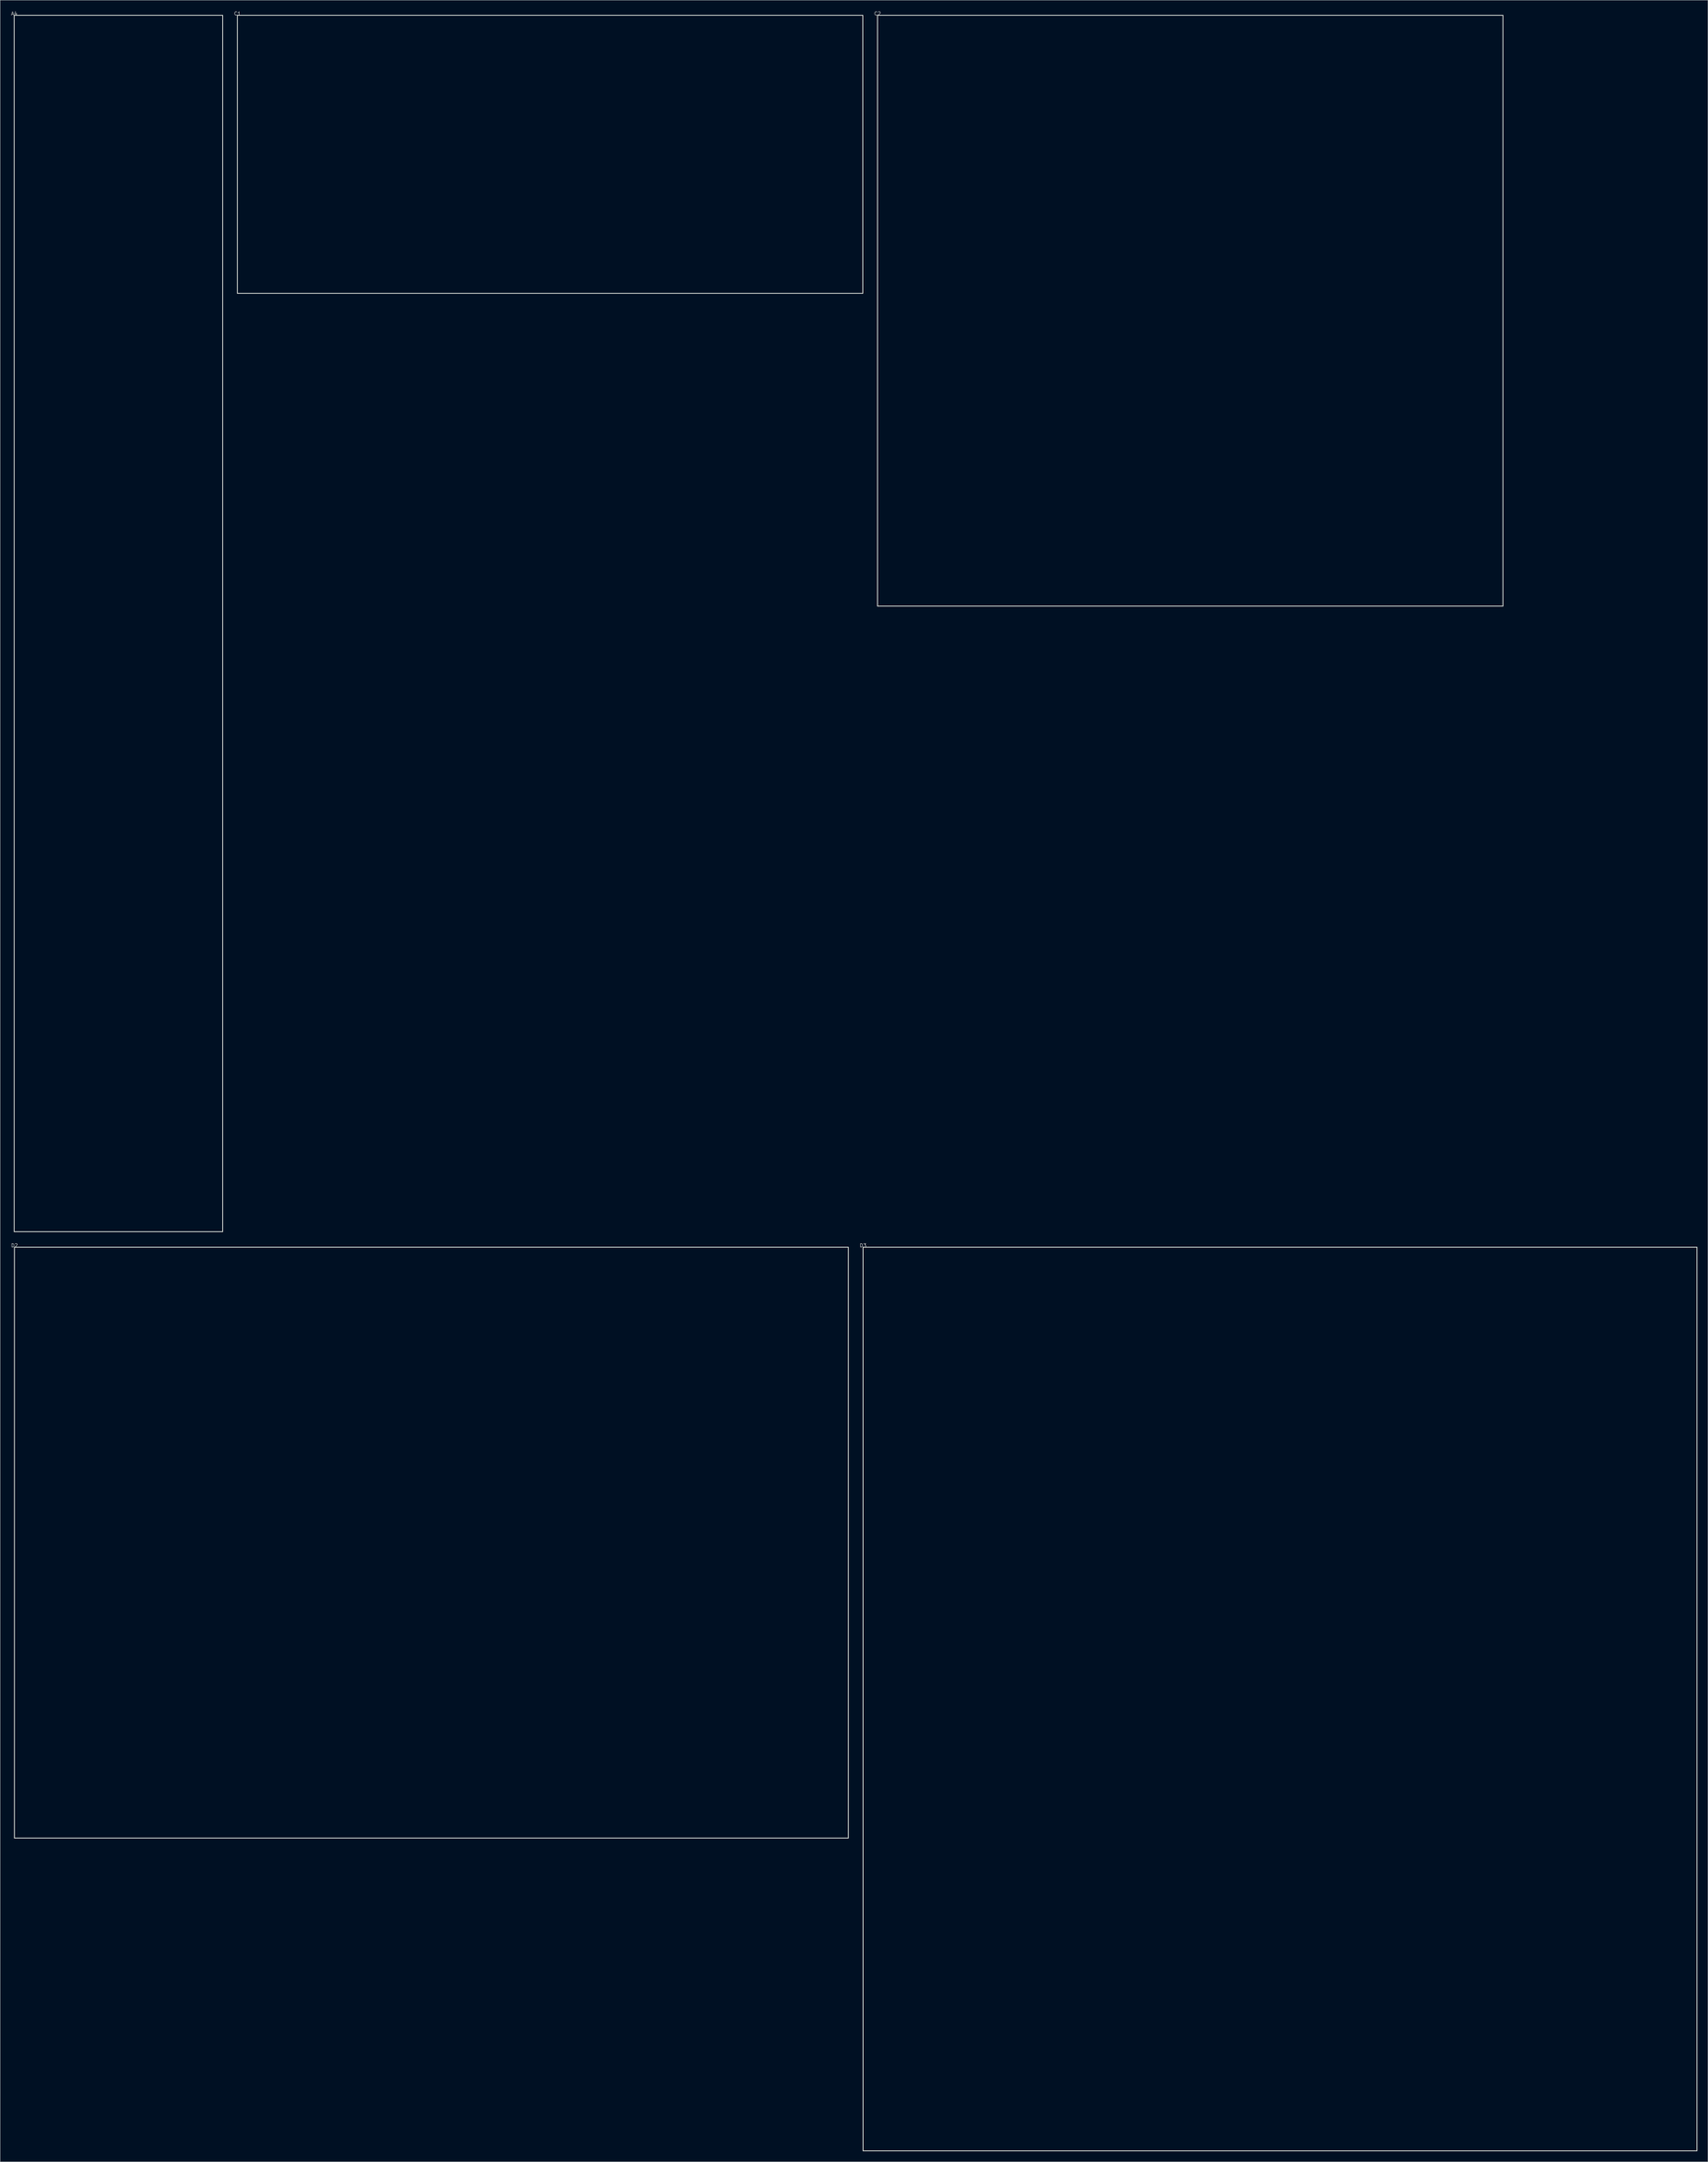
<source format=kicad_pcb>
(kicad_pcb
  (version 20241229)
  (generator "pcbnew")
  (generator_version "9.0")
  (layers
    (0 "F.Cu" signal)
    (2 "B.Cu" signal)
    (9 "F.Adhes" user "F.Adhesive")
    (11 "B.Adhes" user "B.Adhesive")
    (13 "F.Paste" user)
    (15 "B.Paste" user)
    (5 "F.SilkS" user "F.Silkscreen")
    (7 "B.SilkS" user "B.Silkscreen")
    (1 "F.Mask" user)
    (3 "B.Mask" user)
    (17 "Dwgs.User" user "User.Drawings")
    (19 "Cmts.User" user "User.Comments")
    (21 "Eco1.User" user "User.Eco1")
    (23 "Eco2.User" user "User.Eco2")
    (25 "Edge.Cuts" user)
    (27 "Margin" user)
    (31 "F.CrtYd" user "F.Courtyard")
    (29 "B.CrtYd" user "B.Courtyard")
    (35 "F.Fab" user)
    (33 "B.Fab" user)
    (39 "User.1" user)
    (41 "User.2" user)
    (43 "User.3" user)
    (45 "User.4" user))
  (footprint "C1"
    (layer "F.Cu")
    (at 65.258 1.348)
    (property "Reference" "C1" (at 0 -0.5 0) (unlocked yes) (layer "F.Fab") (effects (font (size 1 1) (thickness 0.15))))
    (attr exclude_from_pos_files exclude_from_bom)
    (fp_line (start 0 0) (end 180 0) (stroke (width 0.254) (type solid)) (layer "Edge.Cuts"))
    (fp_line (start 0 80) (end 0 0) (stroke (width 0.254) (type solid)) (layer "Edge.Cuts"))
    (fp_line (start 0 80) (end 180 80) (stroke (width 0.254) (type solid)) (layer "Edge.Cuts"))
    (fp_line (start 180 0) (end 180 80) (stroke (width 0.254) (type solid)) (layer "Edge.Cuts"))
    (fp_text user "${REFERENCE}" (at 0 -0.5 0) (unlocked yes) (layer "F.Fab") (effects (font (size 1 1) (thickness 0.15)))))
  (footprint "A4"
    (layer "F.Cu")
    (at 1.03 1.348)
    (property "Reference" "A4" (at 0 -0.5 0) (unlocked yes) (layer "F.Fab") (effects (font (size 1 1) (thickness 0.15))))
    (attr exclude_from_pos_files exclude_from_bom)
    (fp_line (start 0 0) (end 60 0) (stroke (width 0.254) (type solid)) (layer "Edge.Cuts"))
    (fp_line (start 0 350) (end 0 0) (stroke (width 0.254) (type solid)) (layer "Edge.Cuts"))
    (fp_line (start 60 0) (end 60 350) (stroke (width 0.254) (type solid)) (layer "Edge.Cuts"))
    (fp_line (start 60 350) (end 0 350) (stroke (width 0.254) (type solid)) (layer "Edge.Cuts"))
    (fp_text user "${REFERENCE}" (at 0 -0.5 0) (unlocked yes) (layer "F.Fab") (effects (font (size 1 1) (thickness 0.15)))))
  (footprint "D2"
    (layer "F.Cu")
    (at 1.101 355.824)
    (property "Reference" "D2" (at 0 -0.5 0) (unlocked yes) (layer "F.Fab") (effects (font (size 1 1) (thickness 0.15))))
    (attr exclude_from_pos_files exclude_from_bom)
    (fp_line (start 0 0) (end 240 0) (stroke (width 0.254) (type solid)) (layer "Edge.Cuts"))
    (fp_line (start 0 170) (end 0 0) (stroke (width 0.254) (type solid)) (layer "Edge.Cuts"))
    (fp_line (start 0 170) (end 240 170) (stroke (width 0.254) (type solid)) (layer "Edge.Cuts"))
    (fp_line (start 240 0) (end 240 170) (stroke (width 0.254) (type solid)) (layer "Edge.Cuts"))
    (fp_text user "${REFERENCE}" (at 0 -0.5 0) (unlocked yes) (layer "F.Fab") (effects (font (size 1 1) (thickness 0.15)))))
  (footprint "D3"
    (layer "F.Cu")
    (at 245.329 355.824)
    (property "Reference" "D3" (at 0 -0.5 0) (unlocked yes) (layer "F.Fab") (effects (font (size 1 1) (thickness 0.15))))
    (attr exclude_from_pos_files exclude_from_bom)
    (fp_line (start 0 0) (end 240 0) (stroke (width 0.254) (type solid)) (layer "Edge.Cuts"))
    (fp_line (start 0 260) (end 0 0) (stroke (width 0.254) (type solid)) (layer "Edge.Cuts"))
    (fp_line (start 0 260) (end 240 260) (stroke (width 0.254) (type solid)) (layer "Edge.Cuts"))
    (fp_line (start 240 0) (end 240 260) (stroke (width 0.254) (type solid)) (layer "Edge.Cuts"))
    (fp_text user "${REFERENCE}" (at 0 -0.5 0) (unlocked yes) (layer "F.Fab") (effects (font (size 1 1) (thickness 0.15)))))
  (footprint "C2"
    (layer "F.Cu")
    (at 249.486 1.348)
    (property "Reference" "C2" (at 0 -0.5 0) (unlocked yes) (layer "F.Fab") (effects (font (size 1 1) (thickness 0.15))))
    (attr exclude_from_pos_files exclude_from_bom)
    (fp_line (start 0 0) (end 180 0) (stroke (width 0.254) (type solid)) (layer "Edge.Cuts"))
    (fp_line (start 0 170) (end 0 0) (stroke (width 0.254) (type solid)) (layer "Edge.Cuts"))
    (fp_line (start 0 170) (end 180 170) (stroke (width 0.254) (type solid)) (layer "Edge.Cuts"))
    (fp_line (start 180 0) (end 180 170) (stroke (width 0.254) (type solid)) (layer "Edge.Cuts"))
    (fp_text user "${REFERENCE}" (at 0 -0.5 0) (unlocked yes) (layer "F.Fab") (effects (font (size 1 1) (thickness 0.15)))))
  (gr_rect
    (start -3 -3)
    (end 488.456 618.951)
    (stroke (width 0.1) (type default))
    (fill no)
    (layer "Edge.Cuts")))
</source>
